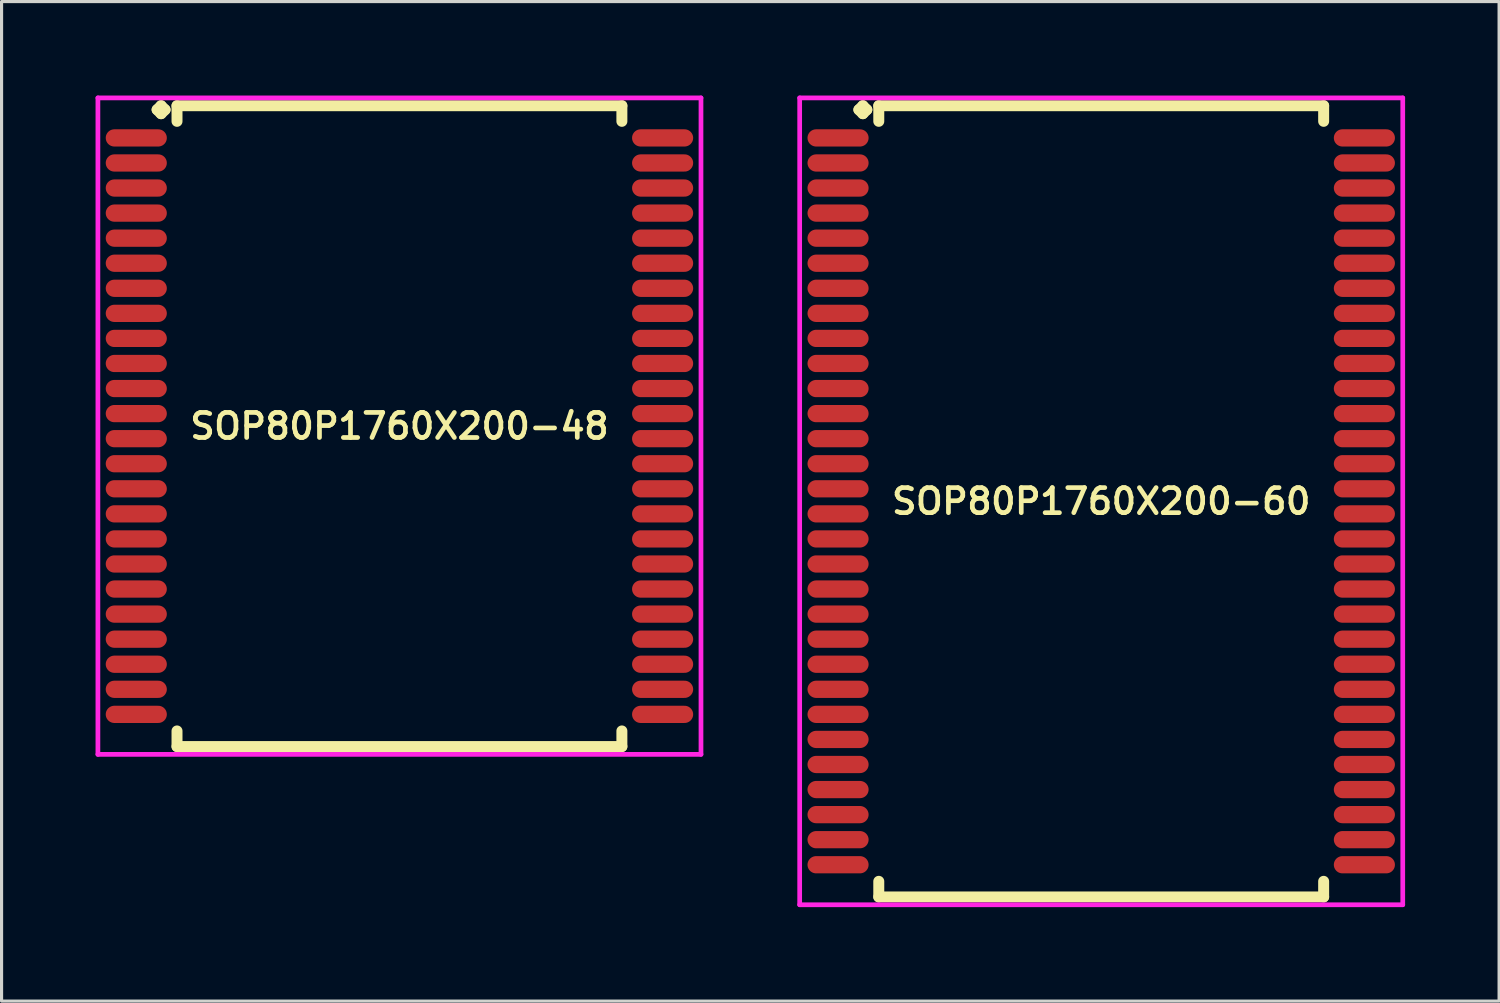
<source format=kicad_pcb>
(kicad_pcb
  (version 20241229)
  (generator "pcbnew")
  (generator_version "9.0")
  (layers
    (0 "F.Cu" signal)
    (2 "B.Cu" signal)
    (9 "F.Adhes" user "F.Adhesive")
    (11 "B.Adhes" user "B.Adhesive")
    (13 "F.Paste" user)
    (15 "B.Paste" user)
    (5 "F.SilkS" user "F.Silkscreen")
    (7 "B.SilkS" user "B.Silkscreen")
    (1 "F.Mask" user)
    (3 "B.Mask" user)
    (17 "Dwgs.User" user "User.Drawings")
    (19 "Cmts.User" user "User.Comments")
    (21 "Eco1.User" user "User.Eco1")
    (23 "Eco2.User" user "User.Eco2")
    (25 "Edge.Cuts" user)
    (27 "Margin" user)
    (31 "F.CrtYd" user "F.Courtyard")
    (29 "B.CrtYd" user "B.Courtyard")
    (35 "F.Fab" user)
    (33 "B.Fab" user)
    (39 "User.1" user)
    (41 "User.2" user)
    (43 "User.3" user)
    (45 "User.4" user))
  (footprint "SOP80P1760X200-60"
    (layer "F.Cu")
    (at 32.1 12.952)
    (property "Reference" "SOP80P1760X200-60" (at 0 0 0) (layer "F.SilkS") (effects (font (size 0.8 0.8) (thickness 0.15))))
    (attr smd)
    (fp_line (start -7.735 -12.5) (end -7.608 -12.627) (stroke (width 0.35) (type solid)) (layer "F.SilkS"))
    (fp_line (start -7.608 -12.627) (end -7.481 -12.5) (stroke (width 0.35) (type solid)) (layer "F.SilkS"))
    (fp_line (start -7.608 -12.373) (end -7.735 -12.5) (stroke (width 0.35) (type solid)) (layer "F.SilkS"))
    (fp_line (start -7.481 -12.5) (end -7.608 -12.373) (stroke (width 0.35) (type solid)) (layer "F.SilkS"))
    (fp_line (start -7.1 -12.627) (end 7.1 -12.627) (stroke (width 0.35) (type solid)) (layer "F.SilkS"))
    (fp_line (start -7.1 -12.129) (end -7.1 -12.627) (stroke (width 0.35) (type solid)) (layer "F.SilkS"))
    (fp_line (start -7.1 12.129) (end -7.1 12.627) (stroke (width 0.35) (type solid)) (layer "F.SilkS"))
    (fp_line (start -7.1 12.627) (end 7.1 12.627) (stroke (width 0.35) (type solid)) (layer "F.SilkS"))
    (fp_line (start 7.1 -12.627) (end 7.1 -12.129) (stroke (width 0.35) (type solid)) (layer "F.SilkS"))
    (fp_line (start 7.1 12.627) (end 7.1 12.129) (stroke (width 0.35) (type solid)) (layer "F.SilkS"))
    (fp_line (start -9.625 -12.877) (end 9.625 -12.877) (stroke (width 0.15) (type solid)) (layer "F.CrtYd"))
    (fp_line (start -9.625 12.877) (end -9.625 -12.877) (stroke (width 0.15) (type solid)) (layer "F.CrtYd"))
    (fp_line (start 9.625 -12.877) (end 9.625 12.877) (stroke (width 0.15) (type solid)) (layer "F.CrtYd"))
    (fp_line (start 9.625 12.877) (end -9.625 12.877) (stroke (width 0.15) (type solid)) (layer "F.CrtYd"))
    (pad "1" smd oval (at -8.4 -11.6) (size 1.95 0.55) (layers "F.Cu" "F.Mask" "F.Paste"))
    (pad "2" smd oval (at -8.4 -10.8) (size 1.95 0.55) (layers "F.Cu" "F.Mask" "F.Paste"))
    (pad "3" smd oval (at -8.4 -10) (size 1.95 0.55) (layers "F.Cu" "F.Mask" "F.Paste"))
    (pad "4" smd oval (at -8.4 -9.2) (size 1.95 0.55) (layers "F.Cu" "F.Mask" "F.Paste"))
    (pad "5" smd oval (at -8.4 -8.4) (size 1.95 0.55) (layers "F.Cu" "F.Mask" "F.Paste"))
    (pad "6" smd oval (at -8.4 -7.6) (size 1.95 0.55) (layers "F.Cu" "F.Mask" "F.Paste"))
    (pad "7" smd oval (at -8.4 -6.8) (size 1.95 0.55) (layers "F.Cu" "F.Mask" "F.Paste"))
    (pad "8" smd oval (at -8.4 -6) (size 1.95 0.55) (layers "F.Cu" "F.Mask" "F.Paste"))
    (pad "9" smd oval (at -8.4 -5.2) (size 1.95 0.55) (layers "F.Cu" "F.Mask" "F.Paste"))
    (pad "10" smd oval (at -8.4 -4.4) (size 1.95 0.55) (layers "F.Cu" "F.Mask" "F.Paste"))
    (pad "11" smd oval (at -8.4 -3.6) (size 1.95 0.55) (layers "F.Cu" "F.Mask" "F.Paste"))
    (pad "12" smd oval (at -8.4 -2.8) (size 1.95 0.55) (layers "F.Cu" "F.Mask" "F.Paste"))
    (pad "13" smd oval (at -8.4 -2) (size 1.95 0.55) (layers "F.Cu" "F.Mask" "F.Paste"))
    (pad "14" smd oval (at -8.4 -1.2) (size 1.95 0.55) (layers "F.Cu" "F.Mask" "F.Paste"))
    (pad "15" smd oval (at -8.4 -0.4) (size 1.95 0.55) (layers "F.Cu" "F.Mask" "F.Paste"))
    (pad "16" smd oval (at -8.4 0.4) (size 1.95 0.55) (layers "F.Cu" "F.Mask" "F.Paste"))
    (pad "17" smd oval (at -8.4 1.2) (size 1.95 0.55) (layers "F.Cu" "F.Mask" "F.Paste"))
    (pad "18" smd oval (at -8.4 2) (size 1.95 0.55) (layers "F.Cu" "F.Mask" "F.Paste"))
    (pad "19" smd oval (at -8.4 2.8) (size 1.95 0.55) (layers "F.Cu" "F.Mask" "F.Paste"))
    (pad "20" smd oval (at -8.4 3.6) (size 1.95 0.55) (layers "F.Cu" "F.Mask" "F.Paste"))
    (pad "21" smd oval (at -8.4 4.4) (size 1.95 0.55) (layers "F.Cu" "F.Mask" "F.Paste"))
    (pad "22" smd oval (at -8.4 5.2) (size 1.95 0.55) (layers "F.Cu" "F.Mask" "F.Paste"))
    (pad "23" smd oval (at -8.4 6) (size 1.95 0.55) (layers "F.Cu" "F.Mask" "F.Paste"))
    (pad "24" smd oval (at -8.4 6.8) (size 1.95 0.55) (layers "F.Cu" "F.Mask" "F.Paste"))
    (pad "25" smd oval (at -8.4 7.6) (size 1.95 0.55) (layers "F.Cu" "F.Mask" "F.Paste"))
    (pad "26" smd oval (at -8.4 8.4) (size 1.95 0.55) (layers "F.Cu" "F.Mask" "F.Paste"))
    (pad "27" smd oval (at -8.4 9.2) (size 1.95 0.55) (layers "F.Cu" "F.Mask" "F.Paste"))
    (pad "28" smd oval (at -8.4 10) (size 1.95 0.55) (layers "F.Cu" "F.Mask" "F.Paste"))
    (pad "29" smd oval (at -8.4 10.8) (size 1.95 0.55) (layers "F.Cu" "F.Mask" "F.Paste"))
    (pad "30" smd oval (at -8.4 11.6) (size 1.95 0.55) (layers "F.Cu" "F.Mask" "F.Paste"))
    (pad "31" smd oval (at 8.4 11.6) (size 1.95 0.55) (layers "F.Cu" "F.Mask" "F.Paste"))
    (pad "32" smd oval (at 8.4 10.8) (size 1.95 0.55) (layers "F.Cu" "F.Mask" "F.Paste"))
    (pad "33" smd oval (at 8.4 10) (size 1.95 0.55) (layers "F.Cu" "F.Mask" "F.Paste"))
    (pad "34" smd oval (at 8.4 9.2) (size 1.95 0.55) (layers "F.Cu" "F.Mask" "F.Paste"))
    (pad "35" smd oval (at 8.4 8.4) (size 1.95 0.55) (layers "F.Cu" "F.Mask" "F.Paste"))
    (pad "36" smd oval (at 8.4 7.6) (size 1.95 0.55) (layers "F.Cu" "F.Mask" "F.Paste"))
    (pad "37" smd oval (at 8.4 6.8) (size 1.95 0.55) (layers "F.Cu" "F.Mask" "F.Paste"))
    (pad "38" smd oval (at 8.4 6) (size 1.95 0.55) (layers "F.Cu" "F.Mask" "F.Paste"))
    (pad "39" smd oval (at 8.4 5.2) (size 1.95 0.55) (layers "F.Cu" "F.Mask" "F.Paste"))
    (pad "40" smd oval (at 8.4 4.4) (size 1.95 0.55) (layers "F.Cu" "F.Mask" "F.Paste"))
    (pad "41" smd oval (at 8.4 3.6) (size 1.95 0.55) (layers "F.Cu" "F.Mask" "F.Paste"))
    (pad "42" smd oval (at 8.4 2.8) (size 1.95 0.55) (layers "F.Cu" "F.Mask" "F.Paste"))
    (pad "43" smd oval (at 8.4 2) (size 1.95 0.55) (layers "F.Cu" "F.Mask" "F.Paste"))
    (pad "44" smd oval (at 8.4 1.2) (size 1.95 0.55) (layers "F.Cu" "F.Mask" "F.Paste"))
    (pad "45" smd oval (at 8.4 0.4) (size 1.95 0.55) (layers "F.Cu" "F.Mask" "F.Paste"))
    (pad "46" smd oval (at 8.4 -0.4) (size 1.95 0.55) (layers "F.Cu" "F.Mask" "F.Paste"))
    (pad "47" smd oval (at 8.4 -1.2) (size 1.95 0.55) (layers "F.Cu" "F.Mask" "F.Paste"))
    (pad "48" smd oval (at 8.4 -2) (size 1.95 0.55) (layers "F.Cu" "F.Mask" "F.Paste"))
    (pad "49" smd oval (at 8.4 -2.8) (size 1.95 0.55) (layers "F.Cu" "F.Mask" "F.Paste"))
    (pad "50" smd oval (at 8.4 -3.6) (size 1.95 0.55) (layers "F.Cu" "F.Mask" "F.Paste"))
    (pad "51" smd oval (at 8.4 -4.4) (size 1.95 0.55) (layers "F.Cu" "F.Mask" "F.Paste"))
    (pad "52" smd oval (at 8.4 -5.2) (size 1.95 0.55) (layers "F.Cu" "F.Mask" "F.Paste"))
    (pad "53" smd oval (at 8.4 -6) (size 1.95 0.55) (layers "F.Cu" "F.Mask" "F.Paste"))
    (pad "54" smd oval (at 8.4 -6.8) (size 1.95 0.55) (layers "F.Cu" "F.Mask" "F.Paste"))
    (pad "55" smd oval (at 8.4 -7.6) (size 1.95 0.55) (layers "F.Cu" "F.Mask" "F.Paste"))
    (pad "56" smd oval (at 8.4 -8.4) (size 1.95 0.55) (layers "F.Cu" "F.Mask" "F.Paste"))
    (pad "57" smd oval (at 8.4 -9.2) (size 1.95 0.55) (layers "F.Cu" "F.Mask" "F.Paste"))
    (pad "58" smd oval (at 8.4 -10) (size 1.95 0.55) (layers "F.Cu" "F.Mask" "F.Paste"))
    (pad "59" smd oval (at 8.4 -10.8) (size 1.95 0.55) (layers "F.Cu" "F.Mask" "F.Paste"))
    (pad "60" smd oval (at 8.4 -11.6) (size 1.95 0.55) (layers "F.Cu" "F.Mask" "F.Paste")))
  (footprint "SOP80P1760X200-48"
    (layer "F.Cu")
    (at 9.7 10.552)
    (property "Reference" "SOP80P1760X200-48" (at 0 0 0) (layer "F.SilkS") (effects (font (size 0.8 0.8) (thickness 0.15))))
    (attr smd)
    (fp_line (start -7.735 -10.1) (end -7.608 -10.227) (stroke (width 0.35) (type solid)) (layer "F.SilkS"))
    (fp_line (start -7.608 -10.227) (end -7.481 -10.1) (stroke (width 0.35) (type solid)) (layer "F.SilkS"))
    (fp_line (start -7.608 -9.973) (end -7.735 -10.1) (stroke (width 0.35) (type solid)) (layer "F.SilkS"))
    (fp_line (start -7.481 -10.1) (end -7.608 -9.973) (stroke (width 0.35) (type solid)) (layer "F.SilkS"))
    (fp_line (start -7.1 -10.227) (end 7.1 -10.227) (stroke (width 0.35) (type solid)) (layer "F.SilkS"))
    (fp_line (start -7.1 -9.729) (end -7.1 -10.227) (stroke (width 0.35) (type solid)) (layer "F.SilkS"))
    (fp_line (start -7.1 9.729) (end -7.1 10.227) (stroke (width 0.35) (type solid)) (layer "F.SilkS"))
    (fp_line (start -7.1 10.227) (end 7.1 10.227) (stroke (width 0.35) (type solid)) (layer "F.SilkS"))
    (fp_line (start 7.1 -10.227) (end 7.1 -9.729) (stroke (width 0.35) (type solid)) (layer "F.SilkS"))
    (fp_line (start 7.1 10.227) (end 7.1 9.729) (stroke (width 0.35) (type solid)) (layer "F.SilkS"))
    (fp_line (start -9.625 -10.477) (end 9.625 -10.477) (stroke (width 0.15) (type solid)) (layer "F.CrtYd"))
    (fp_line (start -9.625 10.477) (end -9.625 -10.477) (stroke (width 0.15) (type solid)) (layer "F.CrtYd"))
    (fp_line (start 9.625 -10.477) (end 9.625 10.477) (stroke (width 0.15) (type solid)) (layer "F.CrtYd"))
    (fp_line (start 9.625 10.477) (end -9.625 10.477) (stroke (width 0.15) (type solid)) (layer "F.CrtYd"))
    (pad "1" smd oval (at -8.4 -9.2) (size 1.95 0.55) (layers "F.Cu" "F.Mask" "F.Paste"))
    (pad "2" smd oval (at -8.4 -8.4) (size 1.95 0.55) (layers "F.Cu" "F.Mask" "F.Paste"))
    (pad "3" smd oval (at -8.4 -7.6) (size 1.95 0.55) (layers "F.Cu" "F.Mask" "F.Paste"))
    (pad "4" smd oval (at -8.4 -6.8) (size 1.95 0.55) (layers "F.Cu" "F.Mask" "F.Paste"))
    (pad "5" smd oval (at -8.4 -6) (size 1.95 0.55) (layers "F.Cu" "F.Mask" "F.Paste"))
    (pad "6" smd oval (at -8.4 -5.2) (size 1.95 0.55) (layers "F.Cu" "F.Mask" "F.Paste"))
    (pad "7" smd oval (at -8.4 -4.4) (size 1.95 0.55) (layers "F.Cu" "F.Mask" "F.Paste"))
    (pad "8" smd oval (at -8.4 -3.6) (size 1.95 0.55) (layers "F.Cu" "F.Mask" "F.Paste"))
    (pad "9" smd oval (at -8.4 -2.8) (size 1.95 0.55) (layers "F.Cu" "F.Mask" "F.Paste"))
    (pad "10" smd oval (at -8.4 -2) (size 1.95 0.55) (layers "F.Cu" "F.Mask" "F.Paste"))
    (pad "11" smd oval (at -8.4 -1.2) (size 1.95 0.55) (layers "F.Cu" "F.Mask" "F.Paste"))
    (pad "12" smd oval (at -8.4 -0.4) (size 1.95 0.55) (layers "F.Cu" "F.Mask" "F.Paste"))
    (pad "13" smd oval (at -8.4 0.4) (size 1.95 0.55) (layers "F.Cu" "F.Mask" "F.Paste"))
    (pad "14" smd oval (at -8.4 1.2) (size 1.95 0.55) (layers "F.Cu" "F.Mask" "F.Paste"))
    (pad "15" smd oval (at -8.4 2) (size 1.95 0.55) (layers "F.Cu" "F.Mask" "F.Paste"))
    (pad "16" smd oval (at -8.4 2.8) (size 1.95 0.55) (layers "F.Cu" "F.Mask" "F.Paste"))
    (pad "17" smd oval (at -8.4 3.6) (size 1.95 0.55) (layers "F.Cu" "F.Mask" "F.Paste"))
    (pad "18" smd oval (at -8.4 4.4) (size 1.95 0.55) (layers "F.Cu" "F.Mask" "F.Paste"))
    (pad "19" smd oval (at -8.4 5.2) (size 1.95 0.55) (layers "F.Cu" "F.Mask" "F.Paste"))
    (pad "20" smd oval (at -8.4 6) (size 1.95 0.55) (layers "F.Cu" "F.Mask" "F.Paste"))
    (pad "21" smd oval (at -8.4 6.8) (size 1.95 0.55) (layers "F.Cu" "F.Mask" "F.Paste"))
    (pad "22" smd oval (at -8.4 7.6) (size 1.95 0.55) (layers "F.Cu" "F.Mask" "F.Paste"))
    (pad "23" smd oval (at -8.4 8.4) (size 1.95 0.55) (layers "F.Cu" "F.Mask" "F.Paste"))
    (pad "24" smd oval (at -8.4 9.2) (size 1.95 0.55) (layers "F.Cu" "F.Mask" "F.Paste"))
    (pad "25" smd oval (at 8.4 9.2) (size 1.95 0.55) (layers "F.Cu" "F.Mask" "F.Paste"))
    (pad "26" smd oval (at 8.4 8.4) (size 1.95 0.55) (layers "F.Cu" "F.Mask" "F.Paste"))
    (pad "27" smd oval (at 8.4 7.6) (size 1.95 0.55) (layers "F.Cu" "F.Mask" "F.Paste"))
    (pad "28" smd oval (at 8.4 6.8) (size 1.95 0.55) (layers "F.Cu" "F.Mask" "F.Paste"))
    (pad "29" smd oval (at 8.4 6) (size 1.95 0.55) (layers "F.Cu" "F.Mask" "F.Paste"))
    (pad "30" smd oval (at 8.4 5.2) (size 1.95 0.55) (layers "F.Cu" "F.Mask" "F.Paste"))
    (pad "31" smd oval (at 8.4 4.4) (size 1.95 0.55) (layers "F.Cu" "F.Mask" "F.Paste"))
    (pad "32" smd oval (at 8.4 3.6) (size 1.95 0.55) (layers "F.Cu" "F.Mask" "F.Paste"))
    (pad "33" smd oval (at 8.4 2.8) (size 1.95 0.55) (layers "F.Cu" "F.Mask" "F.Paste"))
    (pad "34" smd oval (at 8.4 2) (size 1.95 0.55) (layers "F.Cu" "F.Mask" "F.Paste"))
    (pad "35" smd oval (at 8.4 1.2) (size 1.95 0.55) (layers "F.Cu" "F.Mask" "F.Paste"))
    (pad "36" smd oval (at 8.4 0.4) (size 1.95 0.55) (layers "F.Cu" "F.Mask" "F.Paste"))
    (pad "37" smd oval (at 8.4 -0.4) (size 1.95 0.55) (layers "F.Cu" "F.Mask" "F.Paste"))
    (pad "38" smd oval (at 8.4 -1.2) (size 1.95 0.55) (layers "F.Cu" "F.Mask" "F.Paste"))
    (pad "39" smd oval (at 8.4 -2) (size 1.95 0.55) (layers "F.Cu" "F.Mask" "F.Paste"))
    (pad "40" smd oval (at 8.4 -2.8) (size 1.95 0.55) (layers "F.Cu" "F.Mask" "F.Paste"))
    (pad "41" smd oval (at 8.4 -3.6) (size 1.95 0.55) (layers "F.Cu" "F.Mask" "F.Paste"))
    (pad "42" smd oval (at 8.4 -4.4) (size 1.95 0.55) (layers "F.Cu" "F.Mask" "F.Paste"))
    (pad "43" smd oval (at 8.4 -5.2) (size 1.95 0.55) (layers "F.Cu" "F.Mask" "F.Paste"))
    (pad "44" smd oval (at 8.4 -6) (size 1.95 0.55) (layers "F.Cu" "F.Mask" "F.Paste"))
    (pad "45" smd oval (at 8.4 -6.8) (size 1.95 0.55) (layers "F.Cu" "F.Mask" "F.Paste"))
    (pad "46" smd oval (at 8.4 -7.6) (size 1.95 0.55) (layers "F.Cu" "F.Mask" "F.Paste"))
    (pad "47" smd oval (at 8.4 -8.4) (size 1.95 0.55) (layers "F.Cu" "F.Mask" "F.Paste"))
    (pad "48" smd oval (at 8.4 -9.2) (size 1.95 0.55) (layers "F.Cu" "F.Mask" "F.Paste")))
  (gr_rect
    (start -3 -3)
    (end 44.8 28.904)
    (stroke (width 0.1) (type default))
    (fill no)
    (layer "Edge.Cuts")))
</source>
